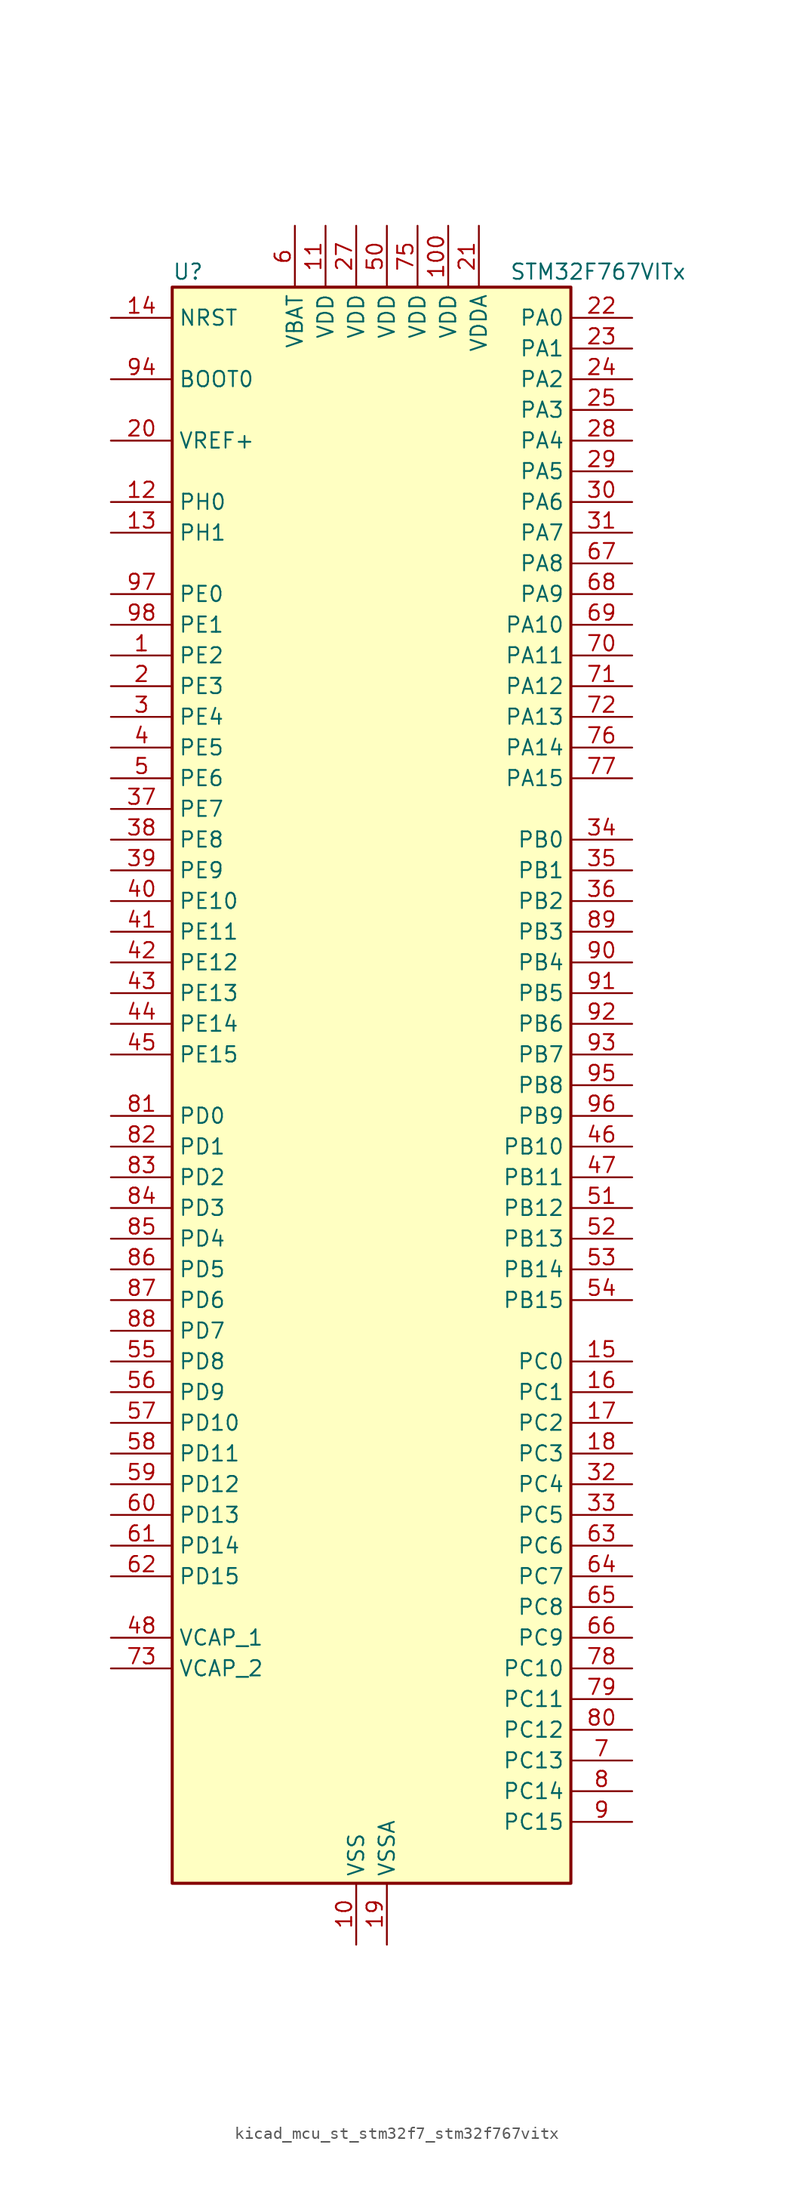
<source format=kicad_sym>
(kicad_symbol_lib
  (version 20220914)
  (generator kicad_symbol_editor)
  (symbol "kicad_mcu_st_stm32f7_stm32f767vitx"
    (property "Reference" "U"
      (at -15.24 67.31 0)
      (effects (font (size 1.27 1.27)) (justify left)))
    (property "Value" "STM32F767VITx"
      (at 12.7 67.31 0)
      (effects (font (size 1.27 1.27)) (justify left)))
    (property "ki_locked" ""
      (at 0 0 0)
      (effects (font (size 1.27 1.27))))
    (symbol "kicad_mcu_st_stm32f7_stm32f767vitx_0_1"
      (rectangle (start -15.24 -66.04) (end 17.78 66.04) (stroke (width 0.254) (type default)) (fill (type background))))
    (symbol "kicad_mcu_st_stm32f7_stm32f767vitx_1_1"
      (pin bidirectional line (at -20.32 35.56 0) (length 5.08) (name "PE2" (effects (font (size 1.27 1.27)))) (number "1" (effects (font (size 1.27 1.27)))) (alternate "ETH_TXD3" bidirectional line) (alternate "FMC_A23" bidirectional line) (alternate "QUADSPI_BK1_IO2" bidirectional line) (alternate "SAI1_MCLK_A" bidirectional line) (alternate "SPI4_SCK" bidirectional line) (alternate "SYS_TRACECLK" bidirectional line))
      (pin power_in line (at 0 -71.12 90) (length 5.08) (name "VSS" (effects (font (size 1.27 1.27)))) (number "10" (effects (font (size 1.27 1.27)))))
      (pin power_in line (at 7.62 71.12 270) (length 5.08) (name "VDD" (effects (font (size 1.27 1.27)))) (number "100" (effects (font (size 1.27 1.27)))))
      (pin power_in line (at -2.54 71.12 270) (length 5.08) (name "VDD" (effects (font (size 1.27 1.27)))) (number "11" (effects (font (size 1.27 1.27)))))
      (pin bidirectional line (at -20.32 48.26 0) (length 5.08) (name "PH0" (effects (font (size 1.27 1.27)))) (number "12" (effects (font (size 1.27 1.27)))) (alternate "RCC_OSC_IN" bidirectional line))
      (pin bidirectional line (at -20.32 45.72 0) (length 5.08) (name "PH1" (effects (font (size 1.27 1.27)))) (number "13" (effects (font (size 1.27 1.27)))) (alternate "RCC_OSC_OUT" bidirectional line))
      (pin input line (at -20.32 63.5 0) (length 5.08) (name "NRST" (effects (font (size 1.27 1.27)))) (number "14" (effects (font (size 1.27 1.27)))))
      (pin bidirectional line (at 22.86 -22.86 180) (length 5.08) (name "PC0" (effects (font (size 1.27 1.27)))) (number "15" (effects (font (size 1.27 1.27)))) (alternate "ADC1_IN10" bidirectional line) (alternate "ADC2_IN10" bidirectional line) (alternate "ADC3_IN10" bidirectional line) (alternate "DFSDM1_CKIN0" bidirectional line) (alternate "DFSDM1_DATIN4" bidirectional line) (alternate "FMC_SDNWE" bidirectional line) (alternate "LTDC_R5" bidirectional line) (alternate "SAI2_FS_B" bidirectional line) (alternate "USB_OTG_HS_ULPI_STP" bidirectional line))
      (pin bidirectional line (at 22.86 -25.4 180) (length 5.08) (name "PC1" (effects (font (size 1.27 1.27)))) (number "16" (effects (font (size 1.27 1.27)))) (alternate "ADC1_IN11" bidirectional line) (alternate "ADC2_IN11" bidirectional line) (alternate "ADC3_IN11" bidirectional line) (alternate "DFSDM1_CKIN4" bidirectional line) (alternate "DFSDM1_DATIN0" bidirectional line) (alternate "ETH_MDC" bidirectional line) (alternate "I2S2_SD" bidirectional line) (alternate "MDIOS_MDC" bidirectional line) (alternate "RTC_TAMP3" bidirectional line) (alternate "RTC_TS" bidirectional line) (alternate "SAI1_SD_A" bidirectional line) (alternate "SPI2_MOSI" bidirectional line) (alternate "SYS_TRACED0" bidirectional line) (alternate "SYS_WKUP3" bidirectional line))
      (pin bidirectional line (at 22.86 -27.94 180) (length 5.08) (name "PC2" (effects (font (size 1.27 1.27)))) (number "17" (effects (font (size 1.27 1.27)))) (alternate "ADC1_IN12" bidirectional line) (alternate "ADC2_IN12" bidirectional line) (alternate "ADC3_IN12" bidirectional line) (alternate "DFSDM1_CKIN1" bidirectional line) (alternate "DFSDM1_CKOUT" bidirectional line) (alternate "ETH_TXD2" bidirectional line) (alternate "FMC_SDNE0" bidirectional line) (alternate "SPI2_MISO" bidirectional line) (alternate "USB_OTG_HS_ULPI_DIR" bidirectional line))
      (pin bidirectional line (at 22.86 -30.48 180) (length 5.08) (name "PC3" (effects (font (size 1.27 1.27)))) (number "18" (effects (font (size 1.27 1.27)))) (alternate "ADC1_IN13" bidirectional line) (alternate "ADC2_IN13" bidirectional line) (alternate "ADC3_IN13" bidirectional line) (alternate "DFSDM1_DATIN1" bidirectional line) (alternate "ETH_TX_CLK" bidirectional line) (alternate "FMC_SDCKE0" bidirectional line) (alternate "I2S2_SD" bidirectional line) (alternate "SPI2_MOSI" bidirectional line) (alternate "USB_OTG_HS_ULPI_NXT" bidirectional line))
      (pin power_in line (at 2.54 -71.12 90) (length 5.08) (name "VSSA" (effects (font (size 1.27 1.27)))) (number "19" (effects (font (size 1.27 1.27)))))
      (pin bidirectional line (at -20.32 33.02 0) (length 5.08) (name "PE3" (effects (font (size 1.27 1.27)))) (number "2" (effects (font (size 1.27 1.27)))) (alternate "FMC_A19" bidirectional line) (alternate "SAI1_SD_B" bidirectional line) (alternate "SYS_TRACED0" bidirectional line))
      (pin input line (at -20.32 53.34 0) (length 5.08) (name "VREF+" (effects (font (size 1.27 1.27)))) (number "20" (effects (font (size 1.27 1.27)))))
      (pin power_in line (at 10.16 71.12 270) (length 5.08) (name "VDDA" (effects (font (size 1.27 1.27)))) (number "21" (effects (font (size 1.27 1.27)))))
      (pin bidirectional line (at 22.86 63.5 180) (length 5.08) (name "PA0" (effects (font (size 1.27 1.27)))) (number "22" (effects (font (size 1.27 1.27)))) (alternate "ADC1_IN0" bidirectional line) (alternate "ADC2_IN0" bidirectional line) (alternate "ADC3_IN0" bidirectional line) (alternate "ETH_CRS" bidirectional line) (alternate "SAI2_SD_B" bidirectional line) (alternate "SYS_WKUP1" bidirectional line) (alternate "TIM2_CH1" bidirectional line) (alternate "TIM2_ETR" bidirectional line) (alternate "TIM5_CH1" bidirectional line) (alternate "TIM8_ETR" bidirectional line) (alternate "UART4_TX" bidirectional line) (alternate "USART2_CTS" bidirectional line))
      (pin bidirectional line (at 22.86 60.96 180) (length 5.08) (name "PA1" (effects (font (size 1.27 1.27)))) (number "23" (effects (font (size 1.27 1.27)))) (alternate "ADC1_IN1" bidirectional line) (alternate "ADC2_IN1" bidirectional line) (alternate "ADC3_IN1" bidirectional line) (alternate "ETH_REF_CLK" bidirectional line) (alternate "ETH_RX_CLK" bidirectional line) (alternate "LTDC_R2" bidirectional line) (alternate "QUADSPI_BK1_IO3" bidirectional line) (alternate "SAI2_MCLK_B" bidirectional line) (alternate "TIM2_CH2" bidirectional line) (alternate "TIM5_CH2" bidirectional line) (alternate "UART4_RX" bidirectional line) (alternate "USART2_DE" bidirectional line) (alternate "USART2_RTS" bidirectional line))
      (pin bidirectional line (at 22.86 58.42 180) (length 5.08) (name "PA2" (effects (font (size 1.27 1.27)))) (number "24" (effects (font (size 1.27 1.27)))) (alternate "ADC1_IN2" bidirectional line) (alternate "ADC2_IN2" bidirectional line) (alternate "ADC3_IN2" bidirectional line) (alternate "ETH_MDIO" bidirectional line) (alternate "LTDC_R1" bidirectional line) (alternate "MDIOS_MDIO" bidirectional line) (alternate "SAI2_SCK_B" bidirectional line) (alternate "SYS_WKUP2" bidirectional line) (alternate "TIM2_CH3" bidirectional line) (alternate "TIM5_CH3" bidirectional line) (alternate "TIM9_CH1" bidirectional line) (alternate "USART2_TX" bidirectional line))
      (pin bidirectional line (at 22.86 55.88 180) (length 5.08) (name "PA3" (effects (font (size 1.27 1.27)))) (number "25" (effects (font (size 1.27 1.27)))) (alternate "ADC1_IN3" bidirectional line) (alternate "ADC2_IN3" bidirectional line) (alternate "ADC3_IN3" bidirectional line) (alternate "ETH_COL" bidirectional line) (alternate "LTDC_B2" bidirectional line) (alternate "LTDC_B5" bidirectional line) (alternate "TIM2_CH4" bidirectional line) (alternate "TIM5_CH4" bidirectional line) (alternate "TIM9_CH2" bidirectional line) (alternate "USART2_RX" bidirectional line) (alternate "USB_OTG_HS_ULPI_D0" bidirectional line))
      (pin passive line (at 0 -71.12 90) (length 5.08) hide (name "VSS" (effects (font (size 1.27 1.27)))) (number "26" (effects (font (size 1.27 1.27)))))
      (pin power_in line (at 0 71.12 270) (length 5.08) (name "VDD" (effects (font (size 1.27 1.27)))) (number "27" (effects (font (size 1.27 1.27)))))
      (pin bidirectional line (at 22.86 53.34 180) (length 5.08) (name "PA4" (effects (font (size 1.27 1.27)))) (number "28" (effects (font (size 1.27 1.27)))) (alternate "ADC1_IN4" bidirectional line) (alternate "ADC2_IN4" bidirectional line) (alternate "DAC_OUT1" bidirectional line) (alternate "DCMI_HSYNC" bidirectional line) (alternate "I2S1_WS" bidirectional line) (alternate "I2S3_WS" bidirectional line) (alternate "LTDC_VSYNC" bidirectional line) (alternate "SPI1_NSS" bidirectional line) (alternate "SPI3_NSS" bidirectional line) (alternate "SPI6_NSS" bidirectional line) (alternate "USART2_CK" bidirectional line) (alternate "USB_OTG_HS_SOF" bidirectional line))
      (pin bidirectional line (at 22.86 50.8 180) (length 5.08) (name "PA5" (effects (font (size 1.27 1.27)))) (number "29" (effects (font (size 1.27 1.27)))) (alternate "ADC1_IN5" bidirectional line) (alternate "ADC2_IN5" bidirectional line) (alternate "DAC_OUT2" bidirectional line) (alternate "I2S1_CK" bidirectional line) (alternate "LTDC_R4" bidirectional line) (alternate "SPI1_SCK" bidirectional line) (alternate "SPI6_SCK" bidirectional line) (alternate "TIM2_CH1" bidirectional line) (alternate "TIM2_ETR" bidirectional line) (alternate "TIM8_CH1N" bidirectional line) (alternate "USB_OTG_HS_ULPI_CK" bidirectional line))
      (pin bidirectional line (at -20.32 30.48 0) (length 5.08) (name "PE4" (effects (font (size 1.27 1.27)))) (number "3" (effects (font (size 1.27 1.27)))) (alternate "DCMI_D4" bidirectional line) (alternate "DFSDM1_DATIN3" bidirectional line) (alternate "FMC_A20" bidirectional line) (alternate "LTDC_B0" bidirectional line) (alternate "SAI1_FS_A" bidirectional line) (alternate "SPI4_NSS" bidirectional line) (alternate "SYS_TRACED1" bidirectional line))
      (pin bidirectional line (at 22.86 48.26 180) (length 5.08) (name "PA6" (effects (font (size 1.27 1.27)))) (number "30" (effects (font (size 1.27 1.27)))) (alternate "ADC1_IN6" bidirectional line) (alternate "ADC2_IN6" bidirectional line) (alternate "DCMI_PIXCLK" bidirectional line) (alternate "LTDC_G2" bidirectional line) (alternate "MDIOS_MDC" bidirectional line) (alternate "SPI1_MISO" bidirectional line) (alternate "SPI6_MISO" bidirectional line) (alternate "TIM13_CH1" bidirectional line) (alternate "TIM1_BKIN" bidirectional line) (alternate "TIM3_CH1" bidirectional line) (alternate "TIM8_BKIN" bidirectional line))
      (pin bidirectional line (at 22.86 45.72 180) (length 5.08) (name "PA7" (effects (font (size 1.27 1.27)))) (number "31" (effects (font (size 1.27 1.27)))) (alternate "ADC1_IN7" bidirectional line) (alternate "ADC2_IN7" bidirectional line) (alternate "ETH_CRS_DV" bidirectional line) (alternate "ETH_RX_DV" bidirectional line) (alternate "FMC_SDNWE" bidirectional line) (alternate "I2S1_SD" bidirectional line) (alternate "SPI1_MOSI" bidirectional line) (alternate "SPI6_MOSI" bidirectional line) (alternate "TIM14_CH1" bidirectional line) (alternate "TIM1_CH1N" bidirectional line) (alternate "TIM3_CH2" bidirectional line) (alternate "TIM8_CH1N" bidirectional line))
      (pin bidirectional line (at 22.86 -33.02 180) (length 5.08) (name "PC4" (effects (font (size 1.27 1.27)))) (number "32" (effects (font (size 1.27 1.27)))) (alternate "ADC1_IN14" bidirectional line) (alternate "ADC2_IN14" bidirectional line) (alternate "DFSDM1_CKIN2" bidirectional line) (alternate "ETH_RXD0" bidirectional line) (alternate "FMC_SDNE0" bidirectional line) (alternate "I2S1_MCK" bidirectional line) (alternate "SPDIFRX_IN2" bidirectional line))
      (pin bidirectional line (at 22.86 -35.56 180) (length 5.08) (name "PC5" (effects (font (size 1.27 1.27)))) (number "33" (effects (font (size 1.27 1.27)))) (alternate "ADC1_IN15" bidirectional line) (alternate "ADC2_IN15" bidirectional line) (alternate "DFSDM1_DATIN2" bidirectional line) (alternate "ETH_RXD1" bidirectional line) (alternate "FMC_SDCKE0" bidirectional line) (alternate "SPDIFRX_IN3" bidirectional line))
      (pin bidirectional line (at 22.86 20.32 180) (length 5.08) (name "PB0" (effects (font (size 1.27 1.27)))) (number "34" (effects (font (size 1.27 1.27)))) (alternate "ADC1_IN8" bidirectional line) (alternate "ADC2_IN8" bidirectional line) (alternate "DFSDM1_CKOUT" bidirectional line) (alternate "ETH_RXD2" bidirectional line) (alternate "LTDC_G1" bidirectional line) (alternate "LTDC_R3" bidirectional line) (alternate "TIM1_CH2N" bidirectional line) (alternate "TIM3_CH3" bidirectional line) (alternate "TIM8_CH2N" bidirectional line) (alternate "UART4_CTS" bidirectional line) (alternate "USB_OTG_HS_ULPI_D1" bidirectional line))
      (pin bidirectional line (at 22.86 17.78 180) (length 5.08) (name "PB1" (effects (font (size 1.27 1.27)))) (number "35" (effects (font (size 1.27 1.27)))) (alternate "ADC1_IN9" bidirectional line) (alternate "ADC2_IN9" bidirectional line) (alternate "DFSDM1_DATIN1" bidirectional line) (alternate "ETH_RXD3" bidirectional line) (alternate "LTDC_G0" bidirectional line) (alternate "LTDC_R6" bidirectional line) (alternate "TIM1_CH3N" bidirectional line) (alternate "TIM3_CH4" bidirectional line) (alternate "TIM8_CH3N" bidirectional line) (alternate "USB_OTG_HS_ULPI_D2" bidirectional line))
      (pin bidirectional line (at 22.86 15.24 180) (length 5.08) (name "PB2" (effects (font (size 1.27 1.27)))) (number "36" (effects (font (size 1.27 1.27)))) (alternate "DFSDM1_CKIN1" bidirectional line) (alternate "I2S3_SD" bidirectional line) (alternate "QUADSPI_CLK" bidirectional line) (alternate "SAI1_SD_A" bidirectional line) (alternate "SPI3_MOSI" bidirectional line))
      (pin bidirectional line (at -20.32 22.86 0) (length 5.08) (name "PE7" (effects (font (size 1.27 1.27)))) (number "37" (effects (font (size 1.27 1.27)))) (alternate "DFSDM1_DATIN2" bidirectional line) (alternate "FMC_D4" bidirectional line) (alternate "FMC_DA4" bidirectional line) (alternate "QUADSPI_BK2_IO0" bidirectional line) (alternate "TIM1_ETR" bidirectional line) (alternate "UART7_RX" bidirectional line))
      (pin bidirectional line (at -20.32 20.32 0) (length 5.08) (name "PE8" (effects (font (size 1.27 1.27)))) (number "38" (effects (font (size 1.27 1.27)))) (alternate "DFSDM1_CKIN2" bidirectional line) (alternate "FMC_D5" bidirectional line) (alternate "FMC_DA5" bidirectional line) (alternate "QUADSPI_BK2_IO1" bidirectional line) (alternate "TIM1_CH1N" bidirectional line) (alternate "UART7_TX" bidirectional line))
      (pin bidirectional line (at -20.32 17.78 0) (length 5.08) (name "PE9" (effects (font (size 1.27 1.27)))) (number "39" (effects (font (size 1.27 1.27)))) (alternate "DAC_EXTI9" bidirectional line) (alternate "DFSDM1_CKOUT" bidirectional line) (alternate "FMC_D6" bidirectional line) (alternate "FMC_DA6" bidirectional line) (alternate "QUADSPI_BK2_IO2" bidirectional line) (alternate "TIM1_CH1" bidirectional line) (alternate "UART7_DE" bidirectional line) (alternate "UART7_RTS" bidirectional line))
      (pin bidirectional line (at -20.32 27.94 0) (length 5.08) (name "PE5" (effects (font (size 1.27 1.27)))) (number "4" (effects (font (size 1.27 1.27)))) (alternate "DCMI_D6" bidirectional line) (alternate "DFSDM1_CKIN3" bidirectional line) (alternate "FMC_A21" bidirectional line) (alternate "LTDC_G0" bidirectional line) (alternate "SAI1_SCK_A" bidirectional line) (alternate "SPI4_MISO" bidirectional line) (alternate "SYS_TRACED2" bidirectional line) (alternate "TIM9_CH1" bidirectional line))
      (pin bidirectional line (at -20.32 15.24 0) (length 5.08) (name "PE10" (effects (font (size 1.27 1.27)))) (number "40" (effects (font (size 1.27 1.27)))) (alternate "DFSDM1_DATIN4" bidirectional line) (alternate "FMC_D7" bidirectional line) (alternate "FMC_DA7" bidirectional line) (alternate "QUADSPI_BK2_IO3" bidirectional line) (alternate "TIM1_CH2N" bidirectional line) (alternate "UART7_CTS" bidirectional line))
      (pin bidirectional line (at -20.32 12.7 0) (length 5.08) (name "PE11" (effects (font (size 1.27 1.27)))) (number "41" (effects (font (size 1.27 1.27)))) (alternate "ADC1_EXTI11" bidirectional line) (alternate "ADC2_EXTI11" bidirectional line) (alternate "ADC3_EXTI11" bidirectional line) (alternate "DFSDM1_CKIN4" bidirectional line) (alternate "FMC_D8" bidirectional line) (alternate "FMC_DA8" bidirectional line) (alternate "LTDC_G3" bidirectional line) (alternate "SAI2_SD_B" bidirectional line) (alternate "SPI4_NSS" bidirectional line) (alternate "TIM1_CH2" bidirectional line))
      (pin bidirectional line (at -20.32 10.16 0) (length 5.08) (name "PE12" (effects (font (size 1.27 1.27)))) (number "42" (effects (font (size 1.27 1.27)))) (alternate "DFSDM1_DATIN5" bidirectional line) (alternate "FMC_D9" bidirectional line) (alternate "FMC_DA9" bidirectional line) (alternate "LTDC_B4" bidirectional line) (alternate "SAI2_SCK_B" bidirectional line) (alternate "SPI4_SCK" bidirectional line) (alternate "TIM1_CH3N" bidirectional line))
      (pin bidirectional line (at -20.32 7.62 0) (length 5.08) (name "PE13" (effects (font (size 1.27 1.27)))) (number "43" (effects (font (size 1.27 1.27)))) (alternate "DFSDM1_CKIN5" bidirectional line) (alternate "FMC_D10" bidirectional line) (alternate "FMC_DA10" bidirectional line) (alternate "LTDC_DE" bidirectional line) (alternate "SAI2_FS_B" bidirectional line) (alternate "SPI4_MISO" bidirectional line) (alternate "TIM1_CH3" bidirectional line))
      (pin bidirectional line (at -20.32 5.08 0) (length 5.08) (name "PE14" (effects (font (size 1.27 1.27)))) (number "44" (effects (font (size 1.27 1.27)))) (alternate "FMC_D11" bidirectional line) (alternate "FMC_DA11" bidirectional line) (alternate "LTDC_CLK" bidirectional line) (alternate "SAI2_MCLK_B" bidirectional line) (alternate "SPI4_MOSI" bidirectional line) (alternate "TIM1_CH4" bidirectional line))
      (pin bidirectional line (at -20.32 2.54 0) (length 5.08) (name "PE15" (effects (font (size 1.27 1.27)))) (number "45" (effects (font (size 1.27 1.27)))) (alternate "FMC_D12" bidirectional line) (alternate "FMC_DA12" bidirectional line) (alternate "LTDC_R7" bidirectional line) (alternate "TIM1_BKIN" bidirectional line))
      (pin bidirectional line (at 22.86 -5.08 180) (length 5.08) (name "PB10" (effects (font (size 1.27 1.27)))) (number "46" (effects (font (size 1.27 1.27)))) (alternate "DFSDM1_DATIN7" bidirectional line) (alternate "ETH_RX_ER" bidirectional line) (alternate "I2C2_SCL" bidirectional line) (alternate "I2S2_CK" bidirectional line) (alternate "LTDC_G4" bidirectional line) (alternate "QUADSPI_BK1_NCS" bidirectional line) (alternate "SPI2_SCK" bidirectional line) (alternate "TIM2_CH3" bidirectional line) (alternate "USART3_TX" bidirectional line) (alternate "USB_OTG_HS_ULPI_D3" bidirectional line))
      (pin bidirectional line (at 22.86 -7.62 180) (length 5.08) (name "PB11" (effects (font (size 1.27 1.27)))) (number "47" (effects (font (size 1.27 1.27)))) (alternate "ADC1_EXTI11" bidirectional line) (alternate "ADC2_EXTI11" bidirectional line) (alternate "ADC3_EXTI11" bidirectional line) (alternate "DFSDM1_CKIN7" bidirectional line) (alternate "ETH_TX_EN" bidirectional line) (alternate "I2C2_SDA" bidirectional line) (alternate "LTDC_G5" bidirectional line) (alternate "TIM2_CH4" bidirectional line) (alternate "USART3_RX" bidirectional line) (alternate "USB_OTG_HS_ULPI_D4" bidirectional line))
      (pin power_out line (at -20.32 -45.72 0) (length 5.08) (name "VCAP_1" (effects (font (size 1.27 1.27)))) (number "48" (effects (font (size 1.27 1.27)))))
      (pin passive line (at 0 -71.12 90) (length 5.08) hide (name "VSS" (effects (font (size 1.27 1.27)))) (number "49" (effects (font (size 1.27 1.27)))))
      (pin bidirectional line (at -20.32 25.4 0) (length 5.08) (name "PE6" (effects (font (size 1.27 1.27)))) (number "5" (effects (font (size 1.27 1.27)))) (alternate "DCMI_D7" bidirectional line) (alternate "FMC_A22" bidirectional line) (alternate "LTDC_G1" bidirectional line) (alternate "SAI1_SD_A" bidirectional line) (alternate "SAI2_MCLK_B" bidirectional line) (alternate "SPI4_MOSI" bidirectional line) (alternate "SYS_TRACED3" bidirectional line) (alternate "TIM1_BKIN2" bidirectional line) (alternate "TIM9_CH2" bidirectional line))
      (pin power_in line (at 2.54 71.12 270) (length 5.08) (name "VDD" (effects (font (size 1.27 1.27)))) (number "50" (effects (font (size 1.27 1.27)))))
      (pin bidirectional line (at 22.86 -10.16 180) (length 5.08) (name "PB12" (effects (font (size 1.27 1.27)))) (number "51" (effects (font (size 1.27 1.27)))) (alternate "CAN2_RX" bidirectional line) (alternate "DFSDM1_DATIN1" bidirectional line) (alternate "ETH_TXD0" bidirectional line) (alternate "I2C2_SMBA" bidirectional line) (alternate "I2S2_WS" bidirectional line) (alternate "SPI2_NSS" bidirectional line) (alternate "TIM1_BKIN" bidirectional line) (alternate "UART5_RX" bidirectional line) (alternate "USART3_CK" bidirectional line) (alternate "USB_OTG_HS_ID" bidirectional line) (alternate "USB_OTG_HS_ULPI_D5" bidirectional line))
      (pin bidirectional line (at 22.86 -12.7 180) (length 5.08) (name "PB13" (effects (font (size 1.27 1.27)))) (number "52" (effects (font (size 1.27 1.27)))) (alternate "CAN2_TX" bidirectional line) (alternate "DFSDM1_CKIN1" bidirectional line) (alternate "ETH_TXD1" bidirectional line) (alternate "I2S2_CK" bidirectional line) (alternate "SPI2_SCK" bidirectional line) (alternate "TIM1_CH1N" bidirectional line) (alternate "UART5_TX" bidirectional line) (alternate "USART3_CTS" bidirectional line) (alternate "USB_OTG_HS_ULPI_D6" bidirectional line) (alternate "USB_OTG_HS_VBUS" bidirectional line))
      (pin bidirectional line (at 22.86 -15.24 180) (length 5.08) (name "PB14" (effects (font (size 1.27 1.27)))) (number "53" (effects (font (size 1.27 1.27)))) (alternate "DFSDM1_DATIN2" bidirectional line) (alternate "SDMMC2_D0" bidirectional line) (alternate "SPI2_MISO" bidirectional line) (alternate "TIM12_CH1" bidirectional line) (alternate "TIM1_CH2N" bidirectional line) (alternate "TIM8_CH2N" bidirectional line) (alternate "UART4_DE" bidirectional line) (alternate "UART4_RTS" bidirectional line) (alternate "USART1_TX" bidirectional line) (alternate "USART3_DE" bidirectional line) (alternate "USART3_RTS" bidirectional line) (alternate "USB_OTG_HS_DM" bidirectional line))
      (pin bidirectional line (at 22.86 -17.78 180) (length 5.08) (name "PB15" (effects (font (size 1.27 1.27)))) (number "54" (effects (font (size 1.27 1.27)))) (alternate "DFSDM1_CKIN2" bidirectional line) (alternate "I2S2_SD" bidirectional line) (alternate "RTC_REFIN" bidirectional line) (alternate "SDMMC2_D1" bidirectional line) (alternate "SPI2_MOSI" bidirectional line) (alternate "TIM12_CH2" bidirectional line) (alternate "TIM1_CH3N" bidirectional line) (alternate "TIM8_CH3N" bidirectional line) (alternate "UART4_CTS" bidirectional line) (alternate "USART1_RX" bidirectional line) (alternate "USB_OTG_HS_DP" bidirectional line))
      (pin bidirectional line (at -20.32 -22.86 0) (length 5.08) (name "PD8" (effects (font (size 1.27 1.27)))) (number "55" (effects (font (size 1.27 1.27)))) (alternate "DFSDM1_CKIN3" bidirectional line) (alternate "FMC_D13" bidirectional line) (alternate "FMC_DA13" bidirectional line) (alternate "SPDIFRX_IN1" bidirectional line) (alternate "USART3_TX" bidirectional line))
      (pin bidirectional line (at -20.32 -25.4 0) (length 5.08) (name "PD9" (effects (font (size 1.27 1.27)))) (number "56" (effects (font (size 1.27 1.27)))) (alternate "DAC_EXTI9" bidirectional line) (alternate "DFSDM1_DATIN3" bidirectional line) (alternate "FMC_D14" bidirectional line) (alternate "FMC_DA14" bidirectional line) (alternate "USART3_RX" bidirectional line))
      (pin bidirectional line (at -20.32 -27.94 0) (length 5.08) (name "PD10" (effects (font (size 1.27 1.27)))) (number "57" (effects (font (size 1.27 1.27)))) (alternate "DFSDM1_CKOUT" bidirectional line) (alternate "FMC_D15" bidirectional line) (alternate "FMC_DA15" bidirectional line) (alternate "LTDC_B3" bidirectional line) (alternate "USART3_CK" bidirectional line))
      (pin bidirectional line (at -20.32 -30.48 0) (length 5.08) (name "PD11" (effects (font (size 1.27 1.27)))) (number "58" (effects (font (size 1.27 1.27)))) (alternate "ADC1_EXTI11" bidirectional line) (alternate "ADC2_EXTI11" bidirectional line) (alternate "ADC3_EXTI11" bidirectional line) (alternate "FMC_A16" bidirectional line) (alternate "FMC_CLE" bidirectional line) (alternate "I2C4_SMBA" bidirectional line) (alternate "QUADSPI_BK1_IO0" bidirectional line) (alternate "SAI2_SD_A" bidirectional line) (alternate "USART3_CTS" bidirectional line))
      (pin bidirectional line (at -20.32 -33.02 0) (length 5.08) (name "PD12" (effects (font (size 1.27 1.27)))) (number "59" (effects (font (size 1.27 1.27)))) (alternate "FMC_A17" bidirectional line) (alternate "FMC_ALE" bidirectional line) (alternate "I2C4_SCL" bidirectional line) (alternate "LPTIM1_IN1" bidirectional line) (alternate "QUADSPI_BK1_IO1" bidirectional line) (alternate "SAI2_FS_A" bidirectional line) (alternate "TIM4_CH1" bidirectional line) (alternate "USART3_DE" bidirectional line) (alternate "USART3_RTS" bidirectional line))
      (pin power_in line (at -5.08 71.12 270) (length 5.08) (name "VBAT" (effects (font (size 1.27 1.27)))) (number "6" (effects (font (size 1.27 1.27)))))
      (pin bidirectional line (at -20.32 -35.56 0) (length 5.08) (name "PD13" (effects (font (size 1.27 1.27)))) (number "60" (effects (font (size 1.27 1.27)))) (alternate "FMC_A18" bidirectional line) (alternate "I2C4_SDA" bidirectional line) (alternate "LPTIM1_OUT" bidirectional line) (alternate "QUADSPI_BK1_IO3" bidirectional line) (alternate "SAI2_SCK_A" bidirectional line) (alternate "TIM4_CH2" bidirectional line))
      (pin bidirectional line (at -20.32 -38.1 0) (length 5.08) (name "PD14" (effects (font (size 1.27 1.27)))) (number "61" (effects (font (size 1.27 1.27)))) (alternate "FMC_D0" bidirectional line) (alternate "FMC_DA0" bidirectional line) (alternate "TIM4_CH3" bidirectional line) (alternate "UART8_CTS" bidirectional line))
      (pin bidirectional line (at -20.32 -40.64 0) (length 5.08) (name "PD15" (effects (font (size 1.27 1.27)))) (number "62" (effects (font (size 1.27 1.27)))) (alternate "FMC_D1" bidirectional line) (alternate "FMC_DA1" bidirectional line) (alternate "TIM4_CH4" bidirectional line) (alternate "UART8_DE" bidirectional line) (alternate "UART8_RTS" bidirectional line))
      (pin bidirectional line (at 22.86 -38.1 180) (length 5.08) (name "PC6" (effects (font (size 1.27 1.27)))) (number "63" (effects (font (size 1.27 1.27)))) (alternate "DCMI_D0" bidirectional line) (alternate "DFSDM1_CKIN3" bidirectional line) (alternate "FMC_NWAIT" bidirectional line) (alternate "I2S2_MCK" bidirectional line) (alternate "LTDC_HSYNC" bidirectional line) (alternate "SDMMC1_D6" bidirectional line) (alternate "SDMMC2_D6" bidirectional line) (alternate "TIM3_CH1" bidirectional line) (alternate "TIM8_CH1" bidirectional line) (alternate "USART6_TX" bidirectional line))
      (pin bidirectional line (at 22.86 -40.64 180) (length 5.08) (name "PC7" (effects (font (size 1.27 1.27)))) (number "64" (effects (font (size 1.27 1.27)))) (alternate "DCMI_D1" bidirectional line) (alternate "DFSDM1_DATIN3" bidirectional line) (alternate "FMC_NE1" bidirectional line) (alternate "I2S3_MCK" bidirectional line) (alternate "LTDC_G6" bidirectional line) (alternate "SDMMC1_D7" bidirectional line) (alternate "SDMMC2_D7" bidirectional line) (alternate "TIM3_CH2" bidirectional line) (alternate "TIM8_CH2" bidirectional line) (alternate "USART6_RX" bidirectional line))
      (pin bidirectional line (at 22.86 -43.18 180) (length 5.08) (name "PC8" (effects (font (size 1.27 1.27)))) (number "65" (effects (font (size 1.27 1.27)))) (alternate "DCMI_D2" bidirectional line) (alternate "FMC_NCE" bidirectional line) (alternate "FMC_NE2" bidirectional line) (alternate "SDMMC1_D0" bidirectional line) (alternate "SYS_TRACED1" bidirectional line) (alternate "TIM3_CH3" bidirectional line) (alternate "TIM8_CH3" bidirectional line) (alternate "UART5_DE" bidirectional line) (alternate "UART5_RTS" bidirectional line) (alternate "USART6_CK" bidirectional line))
      (pin bidirectional line (at 22.86 -45.72 180) (length 5.08) (name "PC9" (effects (font (size 1.27 1.27)))) (number "66" (effects (font (size 1.27 1.27)))) (alternate "DAC_EXTI9" bidirectional line) (alternate "DCMI_D3" bidirectional line) (alternate "I2C3_SDA" bidirectional line) (alternate "I2S_CKIN" bidirectional line) (alternate "LTDC_B2" bidirectional line) (alternate "LTDC_G3" bidirectional line) (alternate "QUADSPI_BK1_IO0" bidirectional line) (alternate "RCC_MCO_2" bidirectional line) (alternate "SDMMC1_D1" bidirectional line) (alternate "TIM3_CH4" bidirectional line) (alternate "TIM8_CH4" bidirectional line) (alternate "UART5_CTS" bidirectional line))
      (pin bidirectional line (at 22.86 43.18 180) (length 5.08) (name "PA8" (effects (font (size 1.27 1.27)))) (number "67" (effects (font (size 1.27 1.27)))) (alternate "CAN3_RX" bidirectional line) (alternate "I2C3_SCL" bidirectional line) (alternate "LTDC_B3" bidirectional line) (alternate "LTDC_R6" bidirectional line) (alternate "RCC_MCO_1" bidirectional line) (alternate "TIM1_CH1" bidirectional line) (alternate "TIM8_BKIN2" bidirectional line) (alternate "UART7_RX" bidirectional line) (alternate "USART1_CK" bidirectional line) (alternate "USB_OTG_FS_SOF" bidirectional line))
      (pin bidirectional line (at 22.86 40.64 180) (length 5.08) (name "PA9" (effects (font (size 1.27 1.27)))) (number "68" (effects (font (size 1.27 1.27)))) (alternate "DAC_EXTI9" bidirectional line) (alternate "DCMI_D0" bidirectional line) (alternate "I2C3_SMBA" bidirectional line) (alternate "I2S2_CK" bidirectional line) (alternate "LTDC_R5" bidirectional line) (alternate "SPI2_SCK" bidirectional line) (alternate "TIM1_CH2" bidirectional line) (alternate "USART1_TX" bidirectional line) (alternate "USB_OTG_FS_VBUS" bidirectional line))
      (pin bidirectional line (at 22.86 38.1 180) (length 5.08) (name "PA10" (effects (font (size 1.27 1.27)))) (number "69" (effects (font (size 1.27 1.27)))) (alternate "DCMI_D1" bidirectional line) (alternate "LTDC_B1" bidirectional line) (alternate "LTDC_B4" bidirectional line) (alternate "MDIOS_MDIO" bidirectional line) (alternate "TIM1_CH3" bidirectional line) (alternate "USART1_RX" bidirectional line) (alternate "USB_OTG_FS_ID" bidirectional line))
      (pin bidirectional line (at 22.86 -55.88 180) (length 5.08) (name "PC13" (effects (font (size 1.27 1.27)))) (number "7" (effects (font (size 1.27 1.27)))) (alternate "RTC_OUT" bidirectional line) (alternate "RTC_TAMP1" bidirectional line) (alternate "RTC_TS" bidirectional line) (alternate "SYS_WKUP4" bidirectional line))
      (pin bidirectional line (at 22.86 35.56 180) (length 5.08) (name "PA11" (effects (font (size 1.27 1.27)))) (number "70" (effects (font (size 1.27 1.27)))) (alternate "ADC1_EXTI11" bidirectional line) (alternate "ADC2_EXTI11" bidirectional line) (alternate "ADC3_EXTI11" bidirectional line) (alternate "CAN1_RX" bidirectional line) (alternate "I2S2_WS" bidirectional line) (alternate "LTDC_R4" bidirectional line) (alternate "SPI2_NSS" bidirectional line) (alternate "TIM1_CH4" bidirectional line) (alternate "UART4_RX" bidirectional line) (alternate "USART1_CTS" bidirectional line) (alternate "USB_OTG_FS_DM" bidirectional line))
      (pin bidirectional line (at 22.86 33.02 180) (length 5.08) (name "PA12" (effects (font (size 1.27 1.27)))) (number "71" (effects (font (size 1.27 1.27)))) (alternate "CAN1_TX" bidirectional line) (alternate "I2S2_CK" bidirectional line) (alternate "LTDC_R5" bidirectional line) (alternate "SAI2_FS_B" bidirectional line) (alternate "SPI2_SCK" bidirectional line) (alternate "TIM1_ETR" bidirectional line) (alternate "UART4_TX" bidirectional line) (alternate "USART1_DE" bidirectional line) (alternate "USART1_RTS" bidirectional line) (alternate "USB_OTG_FS_DP" bidirectional line))
      (pin bidirectional line (at 22.86 30.48 180) (length 5.08) (name "PA13" (effects (font (size 1.27 1.27)))) (number "72" (effects (font (size 1.27 1.27)))) (alternate "SYS_JTMS-SWDIO" bidirectional line))
      (pin power_out line (at -20.32 -48.26 0) (length 5.08) (name "VCAP_2" (effects (font (size 1.27 1.27)))) (number "73" (effects (font (size 1.27 1.27)))))
      (pin passive line (at 0 -71.12 90) (length 5.08) hide (name "VSS" (effects (font (size 1.27 1.27)))) (number "74" (effects (font (size 1.27 1.27)))))
      (pin power_in line (at 5.08 71.12 270) (length 5.08) (name "VDD" (effects (font (size 1.27 1.27)))) (number "75" (effects (font (size 1.27 1.27)))))
      (pin bidirectional line (at 22.86 27.94 180) (length 5.08) (name "PA14" (effects (font (size 1.27 1.27)))) (number "76" (effects (font (size 1.27 1.27)))) (alternate "SYS_JTCK-SWCLK" bidirectional line))
      (pin bidirectional line (at 22.86 25.4 180) (length 5.08) (name "PA15" (effects (font (size 1.27 1.27)))) (number "77" (effects (font (size 1.27 1.27)))) (alternate "CAN3_TX" bidirectional line) (alternate "CEC" bidirectional line) (alternate "I2S1_WS" bidirectional line) (alternate "I2S3_WS" bidirectional line) (alternate "SPI1_NSS" bidirectional line) (alternate "SPI3_NSS" bidirectional line) (alternate "SPI6_NSS" bidirectional line) (alternate "SYS_JTDI" bidirectional line) (alternate "TIM2_CH1" bidirectional line) (alternate "TIM2_ETR" bidirectional line) (alternate "UART4_DE" bidirectional line) (alternate "UART4_RTS" bidirectional line) (alternate "UART7_TX" bidirectional line))
      (pin bidirectional line (at 22.86 -48.26 180) (length 5.08) (name "PC10" (effects (font (size 1.27 1.27)))) (number "78" (effects (font (size 1.27 1.27)))) (alternate "DCMI_D8" bidirectional line) (alternate "DFSDM1_CKIN5" bidirectional line) (alternate "I2S3_CK" bidirectional line) (alternate "LTDC_R2" bidirectional line) (alternate "QUADSPI_BK1_IO1" bidirectional line) (alternate "SDMMC1_D2" bidirectional line) (alternate "SPI3_SCK" bidirectional line) (alternate "UART4_TX" bidirectional line) (alternate "USART3_TX" bidirectional line))
      (pin bidirectional line (at 22.86 -50.8 180) (length 5.08) (name "PC11" (effects (font (size 1.27 1.27)))) (number "79" (effects (font (size 1.27 1.27)))) (alternate "ADC1_EXTI11" bidirectional line) (alternate "ADC2_EXTI11" bidirectional line) (alternate "ADC3_EXTI11" bidirectional line) (alternate "DCMI_D4" bidirectional line) (alternate "DFSDM1_DATIN5" bidirectional line) (alternate "QUADSPI_BK2_NCS" bidirectional line) (alternate "SDMMC1_D3" bidirectional line) (alternate "SPI3_MISO" bidirectional line) (alternate "UART4_RX" bidirectional line) (alternate "USART3_RX" bidirectional line))
      (pin bidirectional line (at 22.86 -58.42 180) (length 5.08) (name "PC14" (effects (font (size 1.27 1.27)))) (number "8" (effects (font (size 1.27 1.27)))) (alternate "RCC_OSC32_IN" bidirectional line))
      (pin bidirectional line (at 22.86 -53.34 180) (length 5.08) (name "PC12" (effects (font (size 1.27 1.27)))) (number "80" (effects (font (size 1.27 1.27)))) (alternate "DCMI_D9" bidirectional line) (alternate "I2S3_SD" bidirectional line) (alternate "SDMMC1_CK" bidirectional line) (alternate "SPI3_MOSI" bidirectional line) (alternate "SYS_TRACED3" bidirectional line) (alternate "UART5_TX" bidirectional line) (alternate "USART3_CK" bidirectional line))
      (pin bidirectional line (at -20.32 -2.54 0) (length 5.08) (name "PD0" (effects (font (size 1.27 1.27)))) (number "81" (effects (font (size 1.27 1.27)))) (alternate "CAN1_RX" bidirectional line) (alternate "DFSDM1_CKIN6" bidirectional line) (alternate "DFSDM1_DATIN7" bidirectional line) (alternate "FMC_D2" bidirectional line) (alternate "FMC_DA2" bidirectional line) (alternate "UART4_RX" bidirectional line))
      (pin bidirectional line (at -20.32 -5.08 0) (length 5.08) (name "PD1" (effects (font (size 1.27 1.27)))) (number "82" (effects (font (size 1.27 1.27)))) (alternate "CAN1_TX" bidirectional line) (alternate "DFSDM1_CKIN7" bidirectional line) (alternate "DFSDM1_DATIN6" bidirectional line) (alternate "FMC_D3" bidirectional line) (alternate "FMC_DA3" bidirectional line) (alternate "UART4_TX" bidirectional line))
      (pin bidirectional line (at -20.32 -7.62 0) (length 5.08) (name "PD2" (effects (font (size 1.27 1.27)))) (number "83" (effects (font (size 1.27 1.27)))) (alternate "DCMI_D11" bidirectional line) (alternate "SDMMC1_CMD" bidirectional line) (alternate "SYS_TRACED2" bidirectional line) (alternate "TIM3_ETR" bidirectional line) (alternate "UART5_RX" bidirectional line))
      (pin bidirectional line (at -20.32 -10.16 0) (length 5.08) (name "PD3" (effects (font (size 1.27 1.27)))) (number "84" (effects (font (size 1.27 1.27)))) (alternate "DCMI_D5" bidirectional line) (alternate "DFSDM1_CKOUT" bidirectional line) (alternate "DFSDM1_DATIN0" bidirectional line) (alternate "FMC_CLK" bidirectional line) (alternate "I2S2_CK" bidirectional line) (alternate "LTDC_G7" bidirectional line) (alternate "SPI2_SCK" bidirectional line) (alternate "USART2_CTS" bidirectional line))
      (pin bidirectional line (at -20.32 -12.7 0) (length 5.08) (name "PD4" (effects (font (size 1.27 1.27)))) (number "85" (effects (font (size 1.27 1.27)))) (alternate "DFSDM1_CKIN0" bidirectional line) (alternate "FMC_NOE" bidirectional line) (alternate "USART2_DE" bidirectional line) (alternate "USART2_RTS" bidirectional line))
      (pin bidirectional line (at -20.32 -15.24 0) (length 5.08) (name "PD5" (effects (font (size 1.27 1.27)))) (number "86" (effects (font (size 1.27 1.27)))) (alternate "FMC_NWE" bidirectional line) (alternate "USART2_TX" bidirectional line))
      (pin bidirectional line (at -20.32 -17.78 0) (length 5.08) (name "PD6" (effects (font (size 1.27 1.27)))) (number "87" (effects (font (size 1.27 1.27)))) (alternate "DCMI_D10" bidirectional line) (alternate "DFSDM1_CKIN4" bidirectional line) (alternate "DFSDM1_DATIN1" bidirectional line) (alternate "FMC_NWAIT" bidirectional line) (alternate "I2S3_SD" bidirectional line) (alternate "LTDC_B2" bidirectional line) (alternate "SAI1_SD_A" bidirectional line) (alternate "SDMMC2_CK" bidirectional line) (alternate "SPI3_MOSI" bidirectional line) (alternate "USART2_RX" bidirectional line))
      (pin bidirectional line (at -20.32 -20.32 0) (length 5.08) (name "PD7" (effects (font (size 1.27 1.27)))) (number "88" (effects (font (size 1.27 1.27)))) (alternate "DFSDM1_CKIN1" bidirectional line) (alternate "DFSDM1_DATIN4" bidirectional line) (alternate "FMC_NE1" bidirectional line) (alternate "I2S1_SD" bidirectional line) (alternate "SDMMC2_CMD" bidirectional line) (alternate "SPDIFRX_IN0" bidirectional line) (alternate "SPI1_MOSI" bidirectional line) (alternate "USART2_CK" bidirectional line))
      (pin bidirectional line (at 22.86 12.7 180) (length 5.08) (name "PB3" (effects (font (size 1.27 1.27)))) (number "89" (effects (font (size 1.27 1.27)))) (alternate "CAN3_RX" bidirectional line) (alternate "I2S1_CK" bidirectional line) (alternate "I2S3_CK" bidirectional line) (alternate "SDMMC2_D2" bidirectional line) (alternate "SPI1_SCK" bidirectional line) (alternate "SPI3_SCK" bidirectional line) (alternate "SPI6_SCK" bidirectional line) (alternate "SYS_JTDO-SWO" bidirectional line) (alternate "TIM2_CH2" bidirectional line) (alternate "UART7_RX" bidirectional line))
      (pin bidirectional line (at 22.86 -60.96 180) (length 5.08) (name "PC15" (effects (font (size 1.27 1.27)))) (number "9" (effects (font (size 1.27 1.27)))) (alternate "RCC_OSC32_OUT" bidirectional line))
      (pin bidirectional line (at 22.86 10.16 180) (length 5.08) (name "PB4" (effects (font (size 1.27 1.27)))) (number "90" (effects (font (size 1.27 1.27)))) (alternate "CAN3_TX" bidirectional line) (alternate "I2S2_WS" bidirectional line) (alternate "SDMMC2_D3" bidirectional line) (alternate "SPI1_MISO" bidirectional line) (alternate "SPI2_NSS" bidirectional line) (alternate "SPI3_MISO" bidirectional line) (alternate "SPI6_MISO" bidirectional line) (alternate "SYS_JTRST" bidirectional line) (alternate "TIM3_CH1" bidirectional line) (alternate "UART7_TX" bidirectional line))
      (pin bidirectional line (at 22.86 7.62 180) (length 5.08) (name "PB5" (effects (font (size 1.27 1.27)))) (number "91" (effects (font (size 1.27 1.27)))) (alternate "CAN2_RX" bidirectional line) (alternate "DCMI_D10" bidirectional line) (alternate "ETH_PPS_OUT" bidirectional line) (alternate "FMC_SDCKE1" bidirectional line) (alternate "I2C1_SMBA" bidirectional line) (alternate "I2S1_SD" bidirectional line) (alternate "I2S3_SD" bidirectional line) (alternate "LTDC_G7" bidirectional line) (alternate "SPI1_MOSI" bidirectional line) (alternate "SPI3_MOSI" bidirectional line) (alternate "SPI6_MOSI" bidirectional line) (alternate "TIM3_CH2" bidirectional line) (alternate "UART5_RX" bidirectional line) (alternate "USB_OTG_HS_ULPI_D7" bidirectional line))
      (pin bidirectional line (at 22.86 5.08 180) (length 5.08) (name "PB6" (effects (font (size 1.27 1.27)))) (number "92" (effects (font (size 1.27 1.27)))) (alternate "CAN2_TX" bidirectional line) (alternate "CEC" bidirectional line) (alternate "DCMI_D5" bidirectional line) (alternate "DFSDM1_DATIN5" bidirectional line) (alternate "FMC_SDNE1" bidirectional line) (alternate "I2C1_SCL" bidirectional line) (alternate "I2C4_SCL" bidirectional line) (alternate "QUADSPI_BK1_NCS" bidirectional line) (alternate "TIM4_CH1" bidirectional line) (alternate "UART5_TX" bidirectional line) (alternate "USART1_TX" bidirectional line))
      (pin bidirectional line (at 22.86 2.54 180) (length 5.08) (name "PB7" (effects (font (size 1.27 1.27)))) (number "93" (effects (font (size 1.27 1.27)))) (alternate "DCMI_VSYNC" bidirectional line) (alternate "DFSDM1_CKIN5" bidirectional line) (alternate "FMC_NL" bidirectional line) (alternate "I2C1_SDA" bidirectional line) (alternate "I2C4_SDA" bidirectional line) (alternate "TIM4_CH2" bidirectional line) (alternate "USART1_RX" bidirectional line))
      (pin input line (at -20.32 58.42 0) (length 5.08) (name "BOOT0" (effects (font (size 1.27 1.27)))) (number "94" (effects (font (size 1.27 1.27)))))
      (pin bidirectional line (at 22.86 0 180) (length 5.08) (name "PB8" (effects (font (size 1.27 1.27)))) (number "95" (effects (font (size 1.27 1.27)))) (alternate "CAN1_RX" bidirectional line) (alternate "DCMI_D6" bidirectional line) (alternate "DFSDM1_CKIN7" bidirectional line) (alternate "ETH_TXD3" bidirectional line) (alternate "I2C1_SCL" bidirectional line) (alternate "I2C4_SCL" bidirectional line) (alternate "LTDC_B6" bidirectional line) (alternate "SDMMC1_D4" bidirectional line) (alternate "SDMMC2_D4" bidirectional line) (alternate "TIM10_CH1" bidirectional line) (alternate "TIM4_CH3" bidirectional line) (alternate "UART5_RX" bidirectional line))
      (pin bidirectional line (at 22.86 -2.54 180) (length 5.08) (name "PB9" (effects (font (size 1.27 1.27)))) (number "96" (effects (font (size 1.27 1.27)))) (alternate "CAN1_TX" bidirectional line) (alternate "DAC_EXTI9" bidirectional line) (alternate "DCMI_D7" bidirectional line) (alternate "DFSDM1_DATIN7" bidirectional line) (alternate "I2C1_SDA" bidirectional line) (alternate "I2C4_SDA" bidirectional line) (alternate "I2C4_SMBA" bidirectional line) (alternate "I2S2_WS" bidirectional line) (alternate "LTDC_B7" bidirectional line) (alternate "SDMMC1_D5" bidirectional line) (alternate "SDMMC2_D5" bidirectional line) (alternate "SPI2_NSS" bidirectional line) (alternate "TIM11_CH1" bidirectional line) (alternate "TIM4_CH4" bidirectional line) (alternate "UART5_TX" bidirectional line))
      (pin bidirectional line (at -20.32 40.64 0) (length 5.08) (name "PE0" (effects (font (size 1.27 1.27)))) (number "97" (effects (font (size 1.27 1.27)))) (alternate "DCMI_D2" bidirectional line) (alternate "FMC_NBL0" bidirectional line) (alternate "LPTIM1_ETR" bidirectional line) (alternate "SAI2_MCLK_A" bidirectional line) (alternate "TIM4_ETR" bidirectional line) (alternate "UART8_RX" bidirectional line))
      (pin bidirectional line (at -20.32 38.1 0) (length 5.08) (name "PE1" (effects (font (size 1.27 1.27)))) (number "98" (effects (font (size 1.27 1.27)))) (alternate "DCMI_D3" bidirectional line) (alternate "FMC_NBL1" bidirectional line) (alternate "LPTIM1_IN2" bidirectional line) (alternate "UART8_TX" bidirectional line))
      (pin passive line (at 0 -71.12 90) (length 5.08) hide (name "VSS" (effects (font (size 1.27 1.27)))) (number "99" (effects (font (size 1.27 1.27))))))))
</source>
